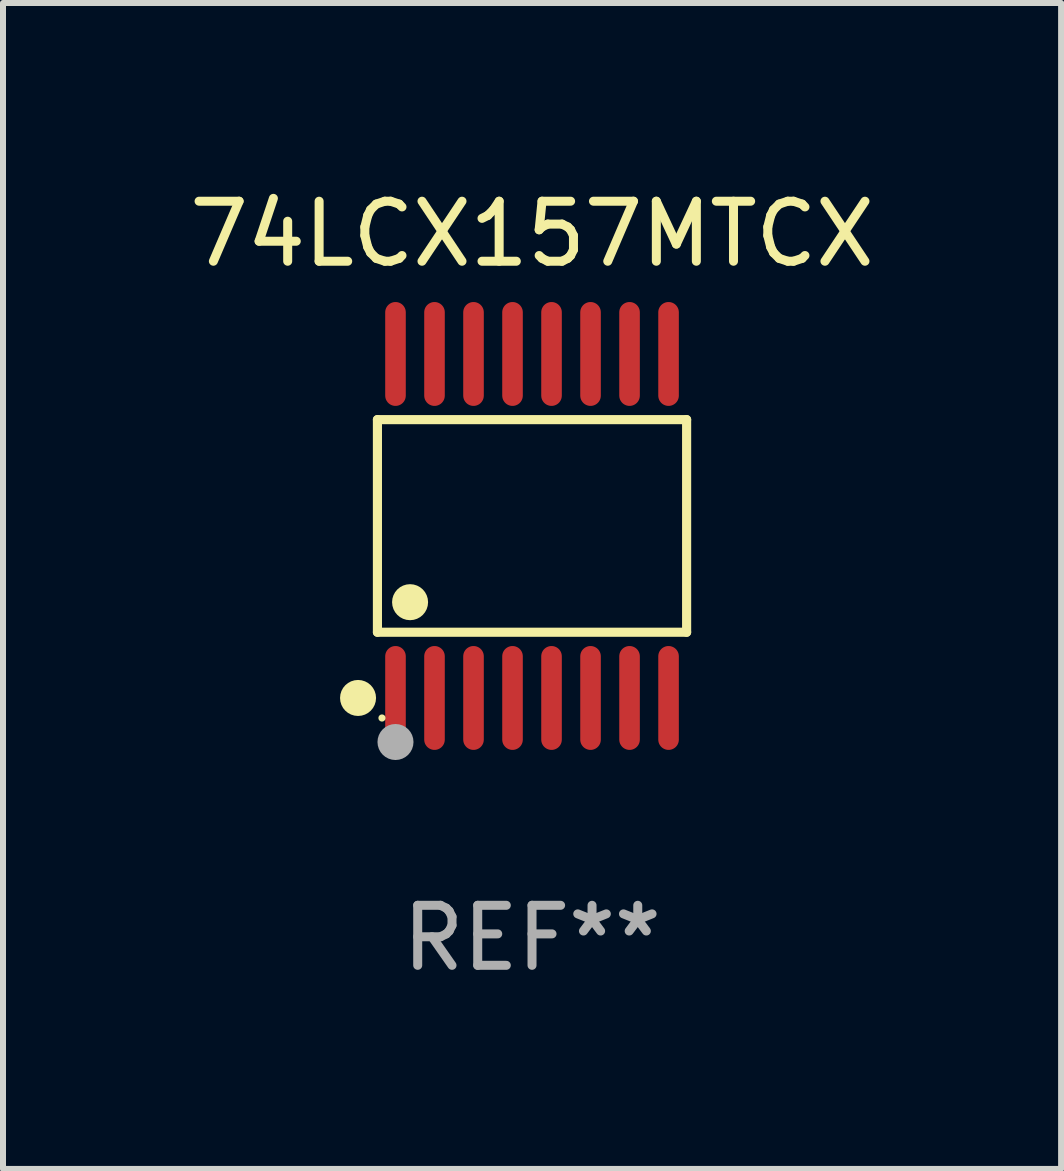
<source format=kicad_pcb>
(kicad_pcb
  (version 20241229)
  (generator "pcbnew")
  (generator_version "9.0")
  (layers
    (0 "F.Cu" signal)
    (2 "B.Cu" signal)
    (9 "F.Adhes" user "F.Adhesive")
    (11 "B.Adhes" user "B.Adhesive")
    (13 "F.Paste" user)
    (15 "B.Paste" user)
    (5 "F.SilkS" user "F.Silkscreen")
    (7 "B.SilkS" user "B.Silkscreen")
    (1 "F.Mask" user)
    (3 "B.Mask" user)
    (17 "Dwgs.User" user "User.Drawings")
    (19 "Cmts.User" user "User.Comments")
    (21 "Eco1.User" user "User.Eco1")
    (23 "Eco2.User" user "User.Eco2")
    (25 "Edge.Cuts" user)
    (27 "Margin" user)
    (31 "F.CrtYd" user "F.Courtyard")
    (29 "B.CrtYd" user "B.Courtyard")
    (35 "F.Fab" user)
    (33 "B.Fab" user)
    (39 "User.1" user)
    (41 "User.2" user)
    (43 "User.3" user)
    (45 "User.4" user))
  (footprint "74LCX157MTCX"
    (layer "F.Cu")
    (at 5.815 5.714)
    (property "Reference" "74LCX157MTCX" (at 0 -4.866 0) (layer "F.SilkS") (effects (font (size 1 1) (thickness 0.15))))
    (attr through_hole)
    (fp_line (start -2.576 -1.772) (end 2.576 -1.772) (stroke (width 0.152) (type solid)) (layer "F.SilkS"))
    (fp_line (start -2.576 1.771) (end -2.576 -1.772) (stroke (width 0.152) (type solid)) (layer "F.SilkS"))
    (fp_line (start 2.576 -1.772) (end 2.576 1.771) (stroke (width 0.152) (type solid)) (layer "F.SilkS"))
    (fp_line (start 2.576 1.771) (end -2.576 1.771) (stroke (width 0.152) (type solid)) (layer "F.SilkS"))
    (fp_circle (center -2.899 2.866) (end -2.749 2.866) (stroke (width 0.3) (type solid)) (fill no) (layer "F.SilkS"))
    (fp_circle (center -2.5 3.2) (end -2.47 3.2) (stroke (width 0.06) (type solid)) (fill no) (layer "F.SilkS"))
    (fp_circle (center -2.032 1.27) (end -1.882 1.27) (stroke (width 0.3) (type solid)) (fill no) (layer "F.SilkS"))
    (fp_circle (center -2.275 3.6) (end -2.125 3.6) (stroke (width 0.3) (type solid)) (fill no) (layer "F.Fab"))
    (fp_text user "REF**" (at 0 6.866 0) (layer "F.Fab") (effects (font (size 1 1) (thickness 0.15))))
    (pad "1" smd oval (at -2.275 2.866) (size 0.343 1.731) (layers "F.Cu" "F.Mask" "F.Paste"))
    (pad "2" smd oval (at -1.625 2.866) (size 0.343 1.731) (layers "F.Cu" "F.Mask" "F.Paste"))
    (pad "3" smd oval (at -0.975 2.866) (size 0.343 1.731) (layers "F.Cu" "F.Mask" "F.Paste"))
    (pad "4" smd oval (at -0.325 2.866) (size 0.343 1.731) (layers "F.Cu" "F.Mask" "F.Paste"))
    (pad "5" smd oval (at 0.325 2.866) (size 0.343 1.731) (layers "F.Cu" "F.Mask" "F.Paste"))
    (pad "6" smd oval (at 0.975 2.866) (size 0.343 1.731) (layers "F.Cu" "F.Mask" "F.Paste"))
    (pad "7" smd oval (at 1.625 2.866) (size 0.343 1.731) (layers "F.Cu" "F.Mask" "F.Paste"))
    (pad "8" smd oval (at 2.275 2.866) (size 0.343 1.731) (layers "F.Cu" "F.Mask" "F.Paste"))
    (pad "9" smd oval (at 2.275 -2.866) (size 0.343 1.731) (layers "F.Cu" "F.Mask" "F.Paste"))
    (pad "10" smd oval (at 1.625 -2.866) (size 0.343 1.731) (layers "F.Cu" "F.Mask" "F.Paste"))
    (pad "11" smd oval (at 0.975 -2.866) (size 0.343 1.731) (layers "F.Cu" "F.Mask" "F.Paste"))
    (pad "12" smd oval (at 0.325 -2.866) (size 0.343 1.731) (layers "F.Cu" "F.Mask" "F.Paste"))
    (pad "13" smd oval (at -0.325 -2.866) (size 0.343 1.731) (layers "F.Cu" "F.Mask" "F.Paste"))
    (pad "14" smd oval (at -0.975 -2.866) (size 0.343 1.731) (layers "F.Cu" "F.Mask" "F.Paste"))
    (pad "15" smd oval (at -1.625 -2.866) (size 0.343 1.731) (layers "F.Cu" "F.Mask" "F.Paste"))
    (pad "16" smd oval (at -2.275 -2.866) (size 0.343 1.731) (layers "F.Cu" "F.Mask" "F.Paste")))
  (gr_rect
    (start -3 -3)
    (end 14.631 16.428)
    (stroke (width 0.1) (type default))
    (fill no)
    (layer "Edge.Cuts")))
</source>
